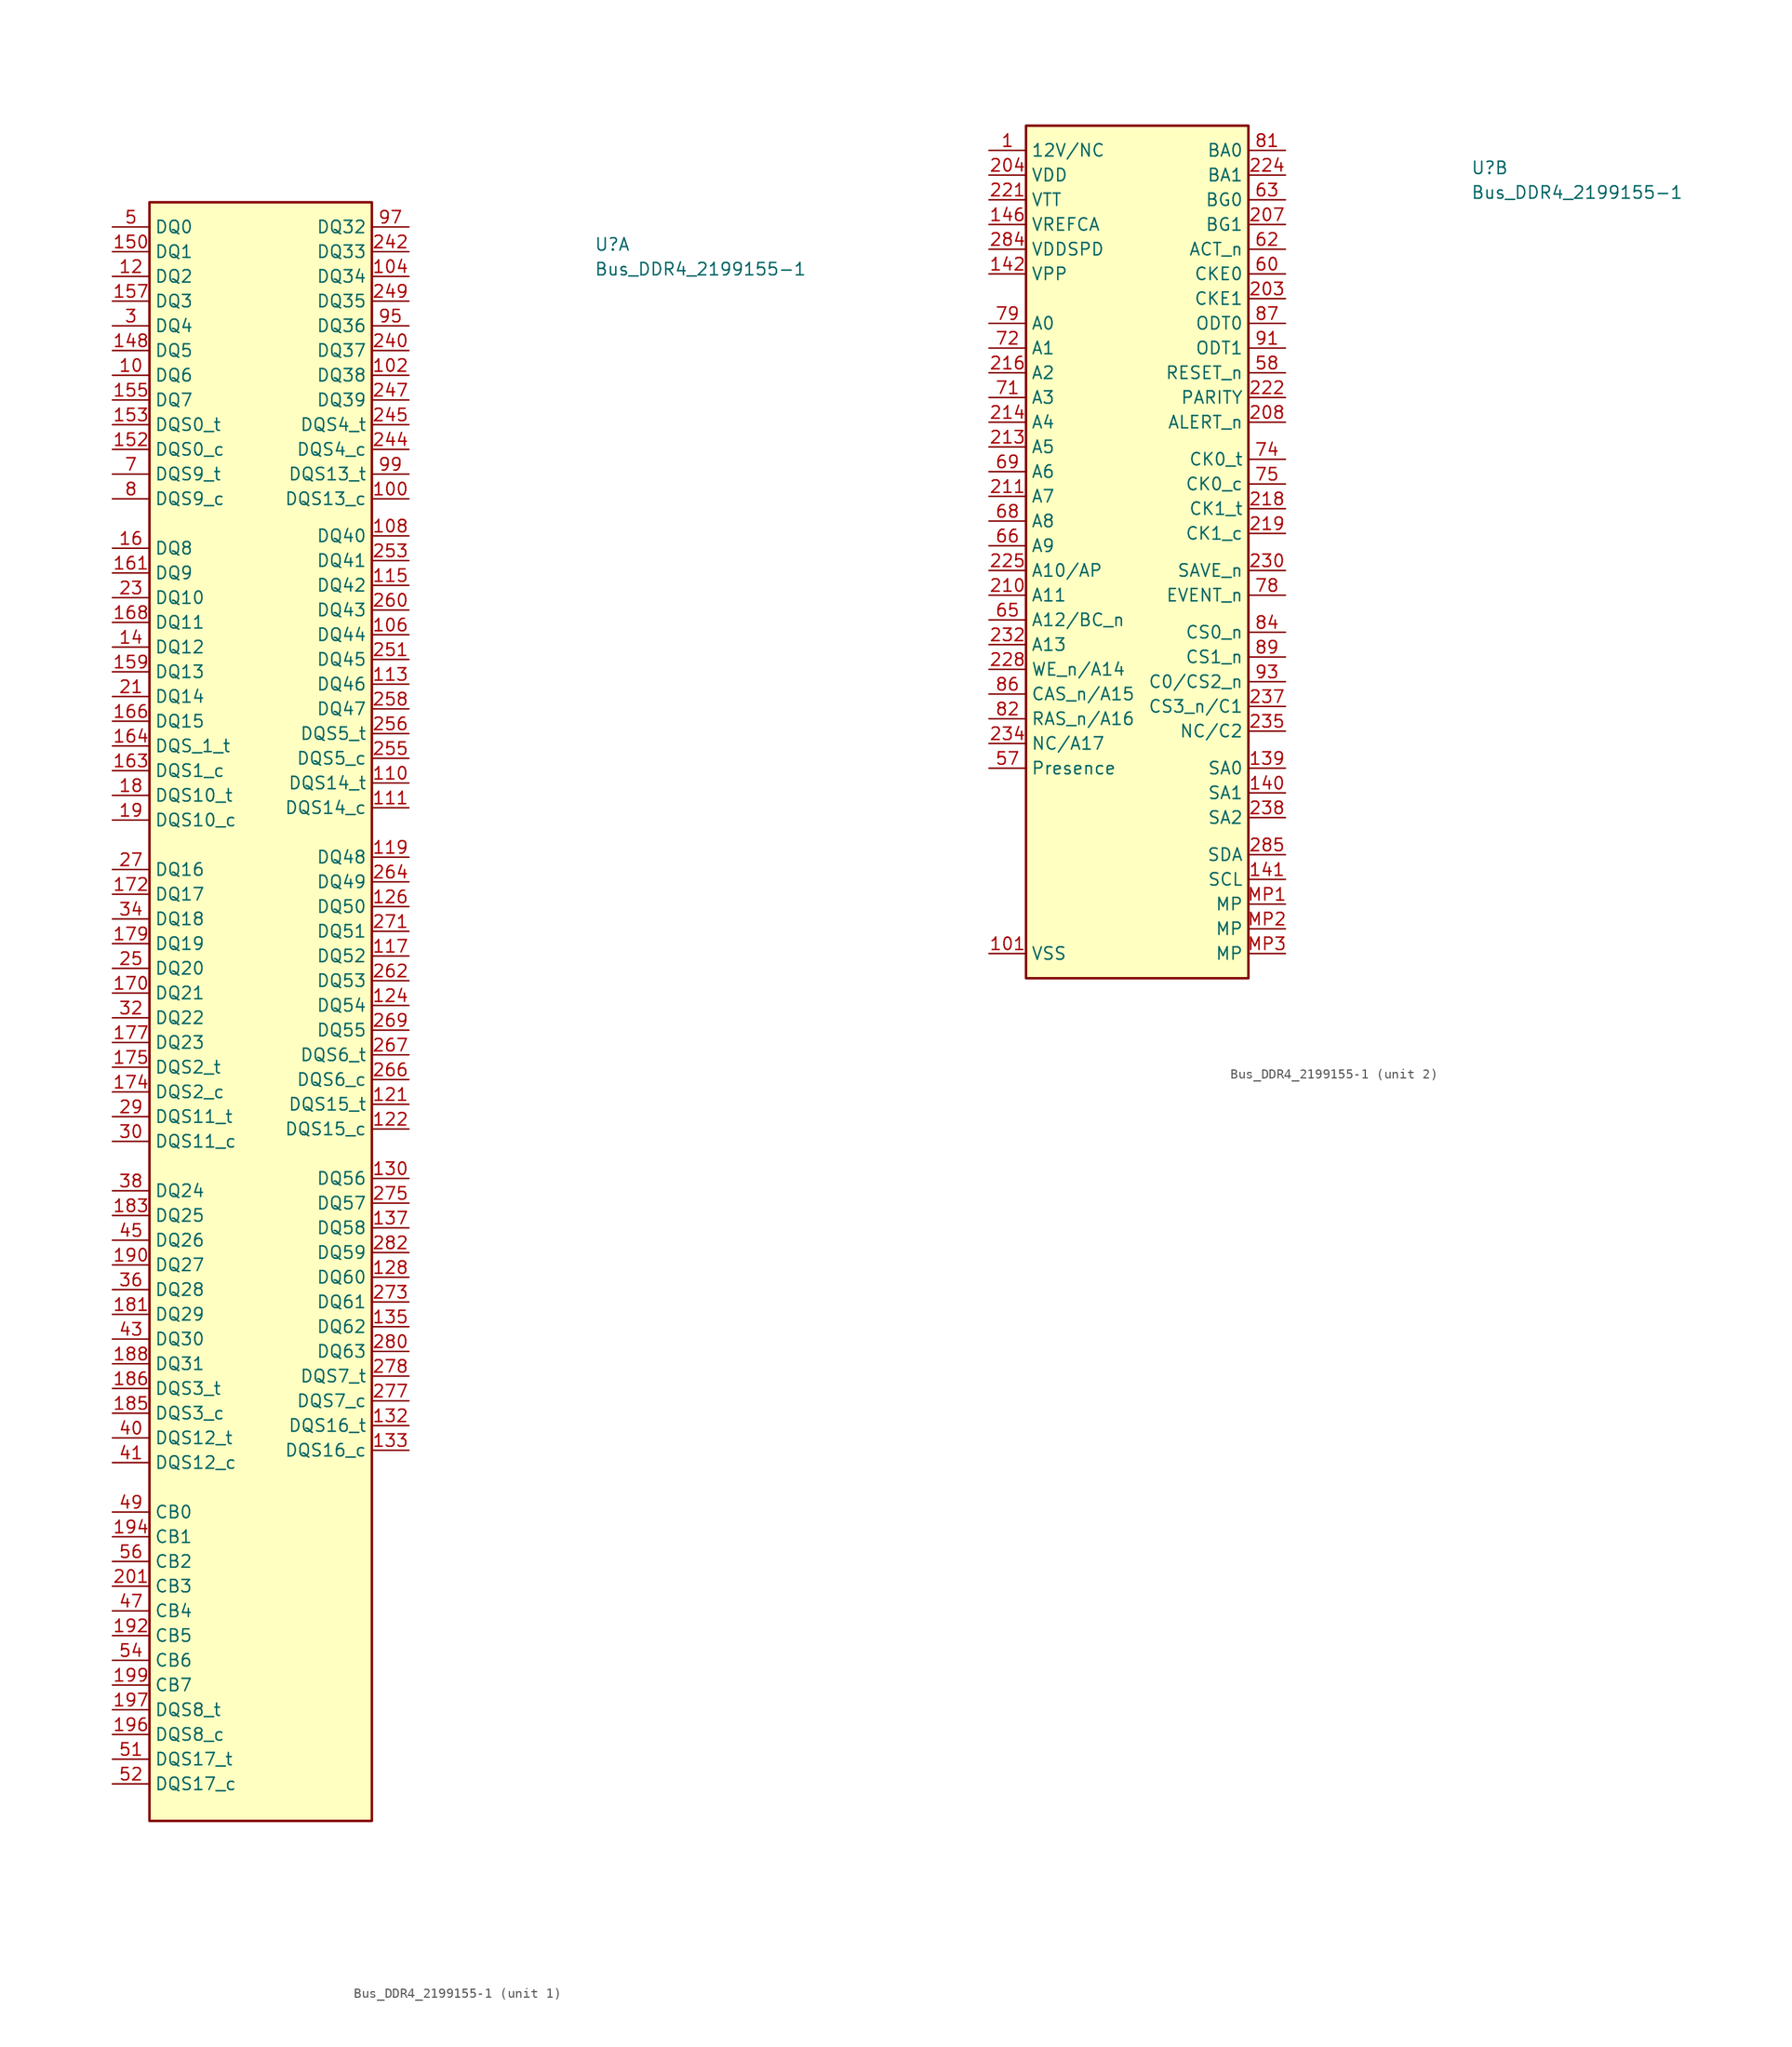
<source format=kicad_sym>
(kicad_symbol_lib
  (version 20211014)
  (generator kicad_symbol_editor)
  (symbol "Bus_DDR4_2199155-1"
    (property "Reference" "U"
      (at 49.53 -2.54 0)
      (effects (font (size 1.27 1.27) (thickness 0.15)) (justify left bottom)))
    (property "Value" "Bus_DDR4_2199155-1"
      (at 49.53 -5.08 0)
      (effects (font (size 1.27 1.27) (thickness 0.15)) (justify left bottom)))
    (property "ki_locked" ""
      (at 0 0 0)
      (effects (font (size 1.27 1.27))))
    (symbol "Bus_DDR4_2199155-1_1_1"
      (rectangle (start 3.81 2.54) (end 26.67 -163.83) (stroke (width 0.254) (type default) (color 0 0 0 0)) (fill (type background)))
      (pin passive line (at 0 -15.24 0) (length 3.81) (name "DQ6" (effects (font (size 1.27 1.27)))) (number "10" (effects (font (size 1.27 1.27)))))
      (pin passive line (at 30.48 -27.94 180) (length 3.81) (name "DQS13_c" (effects (font (size 1.27 1.27)))) (number "100" (effects (font (size 1.27 1.27)))))
      (pin passive line (at 30.48 -15.24 180) (length 3.81) (name "DQ38" (effects (font (size 1.27 1.27)))) (number "102" (effects (font (size 1.27 1.27)))))
      (pin passive line (at 30.48 -5.08 180) (length 3.81) (name "DQ34" (effects (font (size 1.27 1.27)))) (number "104" (effects (font (size 1.27 1.27)))))
      (pin passive line (at 30.48 -41.91 180) (length 3.81) (name "DQ44" (effects (font (size 1.27 1.27)))) (number "106" (effects (font (size 1.27 1.27)))))
      (pin passive line (at 30.48 -31.75 180) (length 3.81) (name "DQ40" (effects (font (size 1.27 1.27)))) (number "108" (effects (font (size 1.27 1.27)))))
      (pin passive line (at 30.48 -57.15 180) (length 3.81) (name "DQS14_t" (effects (font (size 1.27 1.27)))) (number "110" (effects (font (size 1.27 1.27)))))
      (pin passive line (at 30.48 -59.69 180) (length 3.81) (name "DQS14_c" (effects (font (size 1.27 1.27)))) (number "111" (effects (font (size 1.27 1.27)))))
      (pin passive line (at 30.48 -46.99 180) (length 3.81) (name "DQ46" (effects (font (size 1.27 1.27)))) (number "113" (effects (font (size 1.27 1.27)))))
      (pin passive line (at 30.48 -36.83 180) (length 3.81) (name "DQ42" (effects (font (size 1.27 1.27)))) (number "115" (effects (font (size 1.27 1.27)))))
      (pin passive line (at 30.48 -74.93 180) (length 3.81) (name "DQ52" (effects (font (size 1.27 1.27)))) (number "117" (effects (font (size 1.27 1.27)))))
      (pin passive line (at 30.48 -64.77 180) (length 3.81) (name "DQ48" (effects (font (size 1.27 1.27)))) (number "119" (effects (font (size 1.27 1.27)))))
      (pin passive line (at 0 -5.08 0) (length 3.81) (name "DQ2" (effects (font (size 1.27 1.27)))) (number "12" (effects (font (size 1.27 1.27)))))
      (pin passive line (at 30.48 -90.17 180) (length 3.81) (name "DQS15_t" (effects (font (size 1.27 1.27)))) (number "121" (effects (font (size 1.27 1.27)))))
      (pin passive line (at 30.48 -92.71 180) (length 3.81) (name "DQS15_c" (effects (font (size 1.27 1.27)))) (number "122" (effects (font (size 1.27 1.27)))))
      (pin passive line (at 30.48 -80.01 180) (length 3.81) (name "DQ54" (effects (font (size 1.27 1.27)))) (number "124" (effects (font (size 1.27 1.27)))))
      (pin passive line (at 30.48 -69.85 180) (length 3.81) (name "DQ50" (effects (font (size 1.27 1.27)))) (number "126" (effects (font (size 1.27 1.27)))))
      (pin passive line (at 30.48 -107.95 180) (length 3.81) (name "DQ60" (effects (font (size 1.27 1.27)))) (number "128" (effects (font (size 1.27 1.27)))))
      (pin passive line (at 30.48 -97.79 180) (length 3.81) (name "DQ56" (effects (font (size 1.27 1.27)))) (number "130" (effects (font (size 1.27 1.27)))))
      (pin passive line (at 30.48 -123.19 180) (length 3.81) (name "DQS16_t" (effects (font (size 1.27 1.27)))) (number "132" (effects (font (size 1.27 1.27)))))
      (pin passive line (at 30.48 -125.73 180) (length 3.81) (name "DQS16_c" (effects (font (size 1.27 1.27)))) (number "133" (effects (font (size 1.27 1.27)))))
      (pin passive line (at 30.48 -113.03 180) (length 3.81) (name "DQ62" (effects (font (size 1.27 1.27)))) (number "135" (effects (font (size 1.27 1.27)))))
      (pin passive line (at 30.48 -102.87 180) (length 3.81) (name "DQ58" (effects (font (size 1.27 1.27)))) (number "137" (effects (font (size 1.27 1.27)))))
      (pin passive line (at 0 -43.18 0) (length 3.81) (name "DQ12" (effects (font (size 1.27 1.27)))) (number "14" (effects (font (size 1.27 1.27)))))
      (pin passive line (at 0 -12.7 0) (length 3.81) (name "DQ5" (effects (font (size 1.27 1.27)))) (number "148" (effects (font (size 1.27 1.27)))))
      (pin passive line (at 0 -2.54 0) (length 3.81) (name "DQ1" (effects (font (size 1.27 1.27)))) (number "150" (effects (font (size 1.27 1.27)))))
      (pin passive line (at 0 -22.86 0) (length 3.81) (name "DQS0_c" (effects (font (size 1.27 1.27)))) (number "152" (effects (font (size 1.27 1.27)))))
      (pin passive line (at 0 -20.32 0) (length 3.81) (name "DQS0_t" (effects (font (size 1.27 1.27)))) (number "153" (effects (font (size 1.27 1.27)))))
      (pin passive line (at 0 -17.78 0) (length 3.81) (name "DQ7" (effects (font (size 1.27 1.27)))) (number "155" (effects (font (size 1.27 1.27)))))
      (pin passive line (at 0 -7.62 0) (length 3.81) (name "DQ3" (effects (font (size 1.27 1.27)))) (number "157" (effects (font (size 1.27 1.27)))))
      (pin passive line (at 0 -45.72 0) (length 3.81) (name "DQ13" (effects (font (size 1.27 1.27)))) (number "159" (effects (font (size 1.27 1.27)))))
      (pin passive line (at 0 -33.02 0) (length 3.81) (name "DQ8" (effects (font (size 1.27 1.27)))) (number "16" (effects (font (size 1.27 1.27)))))
      (pin passive line (at 0 -35.56 0) (length 3.81) (name "DQ9" (effects (font (size 1.27 1.27)))) (number "161" (effects (font (size 1.27 1.27)))))
      (pin passive line (at 0 -55.88 0) (length 3.81) (name "DQS1_c" (effects (font (size 1.27 1.27)))) (number "163" (effects (font (size 1.27 1.27)))))
      (pin passive line (at 0 -53.34 0) (length 3.81) (name "DQS_1_t" (effects (font (size 1.27 1.27)))) (number "164" (effects (font (size 1.27 1.27)))))
      (pin passive line (at 0 -50.8 0) (length 3.81) (name "DQ15" (effects (font (size 1.27 1.27)))) (number "166" (effects (font (size 1.27 1.27)))))
      (pin passive line (at 0 -40.64 0) (length 3.81) (name "DQ11" (effects (font (size 1.27 1.27)))) (number "168" (effects (font (size 1.27 1.27)))))
      (pin passive line (at 0 -78.74 0) (length 3.81) (name "DQ21" (effects (font (size 1.27 1.27)))) (number "170" (effects (font (size 1.27 1.27)))))
      (pin passive line (at 0 -68.58 0) (length 3.81) (name "DQ17" (effects (font (size 1.27 1.27)))) (number "172" (effects (font (size 1.27 1.27)))))
      (pin passive line (at 0 -88.9 0) (length 3.81) (name "DQS2_c" (effects (font (size 1.27 1.27)))) (number "174" (effects (font (size 1.27 1.27)))))
      (pin passive line (at 0 -86.36 0) (length 3.81) (name "DQS2_t" (effects (font (size 1.27 1.27)))) (number "175" (effects (font (size 1.27 1.27)))))
      (pin passive line (at 0 -83.82 0) (length 3.81) (name "DQ23" (effects (font (size 1.27 1.27)))) (number "177" (effects (font (size 1.27 1.27)))))
      (pin passive line (at 0 -73.66 0) (length 3.81) (name "DQ19" (effects (font (size 1.27 1.27)))) (number "179" (effects (font (size 1.27 1.27)))))
      (pin passive line (at 0 -58.42 0) (length 3.81) (name "DQS10_t" (effects (font (size 1.27 1.27)))) (number "18" (effects (font (size 1.27 1.27)))))
      (pin passive line (at 0 -111.76 0) (length 3.81) (name "DQ29" (effects (font (size 1.27 1.27)))) (number "181" (effects (font (size 1.27 1.27)))))
      (pin passive line (at 0 -101.6 0) (length 3.81) (name "DQ25" (effects (font (size 1.27 1.27)))) (number "183" (effects (font (size 1.27 1.27)))))
      (pin passive line (at 0 -121.92 0) (length 3.81) (name "DQS3_c" (effects (font (size 1.27 1.27)))) (number "185" (effects (font (size 1.27 1.27)))))
      (pin passive line (at 0 -119.38 0) (length 3.81) (name "DQS3_t" (effects (font (size 1.27 1.27)))) (number "186" (effects (font (size 1.27 1.27)))))
      (pin passive line (at 0 -116.84 0) (length 3.81) (name "DQ31" (effects (font (size 1.27 1.27)))) (number "188" (effects (font (size 1.27 1.27)))))
      (pin passive line (at 0 -60.96 0) (length 3.81) (name "DQS10_c" (effects (font (size 1.27 1.27)))) (number "19" (effects (font (size 1.27 1.27)))))
      (pin passive line (at 0 -106.68 0) (length 3.81) (name "DQ27" (effects (font (size 1.27 1.27)))) (number "190" (effects (font (size 1.27 1.27)))))
      (pin passive line (at 0 -144.78 0) (length 3.81) (name "CB5" (effects (font (size 1.27 1.27)))) (number "192" (effects (font (size 1.27 1.27)))))
      (pin passive line (at 0 -134.62 0) (length 3.81) (name "CB1" (effects (font (size 1.27 1.27)))) (number "194" (effects (font (size 1.27 1.27)))))
      (pin passive line (at 0 -154.94 0) (length 3.81) (name "DQS8_c" (effects (font (size 1.27 1.27)))) (number "196" (effects (font (size 1.27 1.27)))))
      (pin passive line (at 0 -152.4 0) (length 3.81) (name "DQS8_t" (effects (font (size 1.27 1.27)))) (number "197" (effects (font (size 1.27 1.27)))))
      (pin passive line (at 0 -149.86 0) (length 3.81) (name "CB7" (effects (font (size 1.27 1.27)))) (number "199" (effects (font (size 1.27 1.27)))))
      (pin passive line (at 0 -139.7 0) (length 3.81) (name "CB3" (effects (font (size 1.27 1.27)))) (number "201" (effects (font (size 1.27 1.27)))))
      (pin passive line (at 0 -48.26 0) (length 3.81) (name "DQ14" (effects (font (size 1.27 1.27)))) (number "21" (effects (font (size 1.27 1.27)))))
      (pin passive line (at 0 -38.1 0) (length 3.81) (name "DQ10" (effects (font (size 1.27 1.27)))) (number "23" (effects (font (size 1.27 1.27)))))
      (pin passive line (at 30.48 -12.7 180) (length 3.81) (name "DQ37" (effects (font (size 1.27 1.27)))) (number "240" (effects (font (size 1.27 1.27)))))
      (pin passive line (at 30.48 -2.54 180) (length 3.81) (name "DQ33" (effects (font (size 1.27 1.27)))) (number "242" (effects (font (size 1.27 1.27)))))
      (pin passive line (at 30.48 -22.86 180) (length 3.81) (name "DQS4_c" (effects (font (size 1.27 1.27)))) (number "244" (effects (font (size 1.27 1.27)))))
      (pin passive line (at 30.48 -20.32 180) (length 3.81) (name "DQS4_t" (effects (font (size 1.27 1.27)))) (number "245" (effects (font (size 1.27 1.27)))))
      (pin passive line (at 30.48 -17.78 180) (length 3.81) (name "DQ39" (effects (font (size 1.27 1.27)))) (number "247" (effects (font (size 1.27 1.27)))))
      (pin passive line (at 30.48 -7.62 180) (length 3.81) (name "DQ35" (effects (font (size 1.27 1.27)))) (number "249" (effects (font (size 1.27 1.27)))))
      (pin passive line (at 0 -76.2 0) (length 3.81) (name "DQ20" (effects (font (size 1.27 1.27)))) (number "25" (effects (font (size 1.27 1.27)))))
      (pin passive line (at 30.48 -44.45 180) (length 3.81) (name "DQ45" (effects (font (size 1.27 1.27)))) (number "251" (effects (font (size 1.27 1.27)))))
      (pin passive line (at 30.48 -34.29 180) (length 3.81) (name "DQ41" (effects (font (size 1.27 1.27)))) (number "253" (effects (font (size 1.27 1.27)))))
      (pin passive line (at 30.48 -54.61 180) (length 3.81) (name "DQS5_c" (effects (font (size 1.27 1.27)))) (number "255" (effects (font (size 1.27 1.27)))))
      (pin passive line (at 30.48 -52.07 180) (length 3.81) (name "DQS5_t" (effects (font (size 1.27 1.27)))) (number "256" (effects (font (size 1.27 1.27)))))
      (pin passive line (at 30.48 -49.53 180) (length 3.81) (name "DQ47" (effects (font (size 1.27 1.27)))) (number "258" (effects (font (size 1.27 1.27)))))
      (pin passive line (at 30.48 -39.37 180) (length 3.81) (name "DQ43" (effects (font (size 1.27 1.27)))) (number "260" (effects (font (size 1.27 1.27)))))
      (pin passive line (at 30.48 -77.47 180) (length 3.81) (name "DQ53" (effects (font (size 1.27 1.27)))) (number "262" (effects (font (size 1.27 1.27)))))
      (pin passive line (at 30.48 -67.31 180) (length 3.81) (name "DQ49" (effects (font (size 1.27 1.27)))) (number "264" (effects (font (size 1.27 1.27)))))
      (pin passive line (at 30.48 -87.63 180) (length 3.81) (name "DQS6_c" (effects (font (size 1.27 1.27)))) (number "266" (effects (font (size 1.27 1.27)))))
      (pin passive line (at 30.48 -85.09 180) (length 3.81) (name "DQS6_t" (effects (font (size 1.27 1.27)))) (number "267" (effects (font (size 1.27 1.27)))))
      (pin passive line (at 30.48 -82.55 180) (length 3.81) (name "DQ55" (effects (font (size 1.27 1.27)))) (number "269" (effects (font (size 1.27 1.27)))))
      (pin passive line (at 0 -66.04 0) (length 3.81) (name "DQ16" (effects (font (size 1.27 1.27)))) (number "27" (effects (font (size 1.27 1.27)))))
      (pin passive line (at 30.48 -72.39 180) (length 3.81) (name "DQ51" (effects (font (size 1.27 1.27)))) (number "271" (effects (font (size 1.27 1.27)))))
      (pin passive line (at 30.48 -110.49 180) (length 3.81) (name "DQ61" (effects (font (size 1.27 1.27)))) (number "273" (effects (font (size 1.27 1.27)))))
      (pin passive line (at 30.48 -100.33 180) (length 3.81) (name "DQ57" (effects (font (size 1.27 1.27)))) (number "275" (effects (font (size 1.27 1.27)))))
      (pin passive line (at 30.48 -120.65 180) (length 3.81) (name "DQS7_c" (effects (font (size 1.27 1.27)))) (number "277" (effects (font (size 1.27 1.27)))))
      (pin passive line (at 30.48 -118.11 180) (length 3.81) (name "DQS7_t" (effects (font (size 1.27 1.27)))) (number "278" (effects (font (size 1.27 1.27)))))
      (pin passive line (at 30.48 -115.57 180) (length 3.81) (name "DQ63" (effects (font (size 1.27 1.27)))) (number "280" (effects (font (size 1.27 1.27)))))
      (pin passive line (at 30.48 -105.41 180) (length 3.81) (name "DQ59" (effects (font (size 1.27 1.27)))) (number "282" (effects (font (size 1.27 1.27)))))
      (pin passive line (at 0 -91.44 0) (length 3.81) (name "DQS11_t" (effects (font (size 1.27 1.27)))) (number "29" (effects (font (size 1.27 1.27)))))
      (pin passive line (at 0 -10.16 0) (length 3.81) (name "DQ4" (effects (font (size 1.27 1.27)))) (number "3" (effects (font (size 1.27 1.27)))))
      (pin passive line (at 0 -93.98 0) (length 3.81) (name "DQS11_c" (effects (font (size 1.27 1.27)))) (number "30" (effects (font (size 1.27 1.27)))))
      (pin passive line (at 0 -81.28 0) (length 3.81) (name "DQ22" (effects (font (size 1.27 1.27)))) (number "32" (effects (font (size 1.27 1.27)))))
      (pin passive line (at 0 -71.12 0) (length 3.81) (name "DQ18" (effects (font (size 1.27 1.27)))) (number "34" (effects (font (size 1.27 1.27)))))
      (pin passive line (at 0 -109.22 0) (length 3.81) (name "DQ28" (effects (font (size 1.27 1.27)))) (number "36" (effects (font (size 1.27 1.27)))))
      (pin passive line (at 0 -99.06 0) (length 3.81) (name "DQ24" (effects (font (size 1.27 1.27)))) (number "38" (effects (font (size 1.27 1.27)))))
      (pin passive line (at 0 -124.46 0) (length 3.81) (name "DQS12_t" (effects (font (size 1.27 1.27)))) (number "40" (effects (font (size 1.27 1.27)))))
      (pin passive line (at 0 -127 0) (length 3.81) (name "DQS12_c" (effects (font (size 1.27 1.27)))) (number "41" (effects (font (size 1.27 1.27)))))
      (pin passive line (at 0 -114.3 0) (length 3.81) (name "DQ30" (effects (font (size 1.27 1.27)))) (number "43" (effects (font (size 1.27 1.27)))))
      (pin passive line (at 0 -104.14 0) (length 3.81) (name "DQ26" (effects (font (size 1.27 1.27)))) (number "45" (effects (font (size 1.27 1.27)))))
      (pin passive line (at 0 -142.24 0) (length 3.81) (name "CB4" (effects (font (size 1.27 1.27)))) (number "47" (effects (font (size 1.27 1.27)))))
      (pin passive line (at 0 -132.08 0) (length 3.81) (name "CB0" (effects (font (size 1.27 1.27)))) (number "49" (effects (font (size 1.27 1.27)))))
      (pin passive line (at 0 0 0) (length 3.81) (name "DQ0" (effects (font (size 1.27 1.27)))) (number "5" (effects (font (size 1.27 1.27)))))
      (pin passive line (at 0 -157.48 0) (length 3.81) (name "DQS17_t" (effects (font (size 1.27 1.27)))) (number "51" (effects (font (size 1.27 1.27)))))
      (pin passive line (at 0 -160.02 0) (length 3.81) (name "DQS17_c" (effects (font (size 1.27 1.27)))) (number "52" (effects (font (size 1.27 1.27)))))
      (pin passive line (at 0 -147.32 0) (length 3.81) (name "CB6" (effects (font (size 1.27 1.27)))) (number "54" (effects (font (size 1.27 1.27)))))
      (pin passive line (at 0 -137.16 0) (length 3.81) (name "CB2" (effects (font (size 1.27 1.27)))) (number "56" (effects (font (size 1.27 1.27)))))
      (pin passive line (at 0 -25.4 0) (length 3.81) (name "DQS9_t" (effects (font (size 1.27 1.27)))) (number "7" (effects (font (size 1.27 1.27)))))
      (pin passive line (at 0 -27.94 0) (length 3.81) (name "DQS9_c" (effects (font (size 1.27 1.27)))) (number "8" (effects (font (size 1.27 1.27)))))
      (pin passive line (at 30.48 -10.16 180) (length 3.81) (name "DQ36" (effects (font (size 1.27 1.27)))) (number "95" (effects (font (size 1.27 1.27)))))
      (pin passive line (at 30.48 0 180) (length 3.81) (name "DQ32" (effects (font (size 1.27 1.27)))) (number "97" (effects (font (size 1.27 1.27)))))
      (pin passive line (at 30.48 -25.4 180) (length 3.81) (name "DQS13_t" (effects (font (size 1.27 1.27)))) (number "99" (effects (font (size 1.27 1.27))))))
    (symbol "Bus_DDR4_2199155-1_2_1"
      (rectangle (start 3.81 2.54) (end 26.67 -85.09) (stroke (width 0.254) (type default) (color 0 0 0 0)) (fill (type background)))
      (pin passive line (at 0 0 0) (length 3.81) (name "12V/NC" (effects (font (size 1.27 1.27)))) (number "1" (effects (font (size 1.27 1.27)))))
      (pin passive line (at 0 -82.55 0) (length 3.81) (name "VSS" (effects (font (size 1.27 1.27)))) (number "101" (effects (font (size 1.27 1.27)))))
      (pin passive line (at 0 -82.55 0) (length 3.81) hide (name "VSS" (effects (font (size 1.27 1.27)))) (number "103" (effects (font (size 1.27 1.27)))))
      (pin passive line (at 0 -82.55 0) (length 3.81) hide (name "VSS" (effects (font (size 1.27 1.27)))) (number "105" (effects (font (size 1.27 1.27)))))
      (pin passive line (at 0 -82.55 0) (length 3.81) hide (name "VSS" (effects (font (size 1.27 1.27)))) (number "107" (effects (font (size 1.27 1.27)))))
      (pin passive line (at 0 -82.55 0) (length 3.81) hide (name "VSS" (effects (font (size 1.27 1.27)))) (number "109" (effects (font (size 1.27 1.27)))))
      (pin passive line (at 0 -82.55 0) (length 3.81) hide (name "VSS" (effects (font (size 1.27 1.27)))) (number "11" (effects (font (size 1.27 1.27)))))
      (pin passive line (at 0 -82.55 0) (length 3.81) hide (name "VSS" (effects (font (size 1.27 1.27)))) (number "112" (effects (font (size 1.27 1.27)))))
      (pin passive line (at 0 -82.55 0) (length 3.81) hide (name "VSS" (effects (font (size 1.27 1.27)))) (number "114" (effects (font (size 1.27 1.27)))))
      (pin passive line (at 0 -82.55 0) (length 3.81) hide (name "VSS" (effects (font (size 1.27 1.27)))) (number "116" (effects (font (size 1.27 1.27)))))
      (pin passive line (at 0 -82.55 0) (length 3.81) hide (name "VSS" (effects (font (size 1.27 1.27)))) (number "118" (effects (font (size 1.27 1.27)))))
      (pin passive line (at 0 -82.55 0) (length 3.81) hide (name "VSS" (effects (font (size 1.27 1.27)))) (number "120" (effects (font (size 1.27 1.27)))))
      (pin passive line (at 0 -82.55 0) (length 3.81) hide (name "VSS" (effects (font (size 1.27 1.27)))) (number "123" (effects (font (size 1.27 1.27)))))
      (pin passive line (at 0 -82.55 0) (length 3.81) hide (name "VSS" (effects (font (size 1.27 1.27)))) (number "125" (effects (font (size 1.27 1.27)))))
      (pin passive line (at 0 -82.55 0) (length 3.81) hide (name "VSS" (effects (font (size 1.27 1.27)))) (number "127" (effects (font (size 1.27 1.27)))))
      (pin passive line (at 0 -82.55 0) (length 3.81) hide (name "VSS" (effects (font (size 1.27 1.27)))) (number "129" (effects (font (size 1.27 1.27)))))
      (pin passive line (at 0 -82.55 0) (length 3.81) hide (name "VSS" (effects (font (size 1.27 1.27)))) (number "13" (effects (font (size 1.27 1.27)))))
      (pin passive line (at 0 -82.55 0) (length 3.81) hide (name "VSS" (effects (font (size 1.27 1.27)))) (number "131" (effects (font (size 1.27 1.27)))))
      (pin passive line (at 0 -82.55 0) (length 3.81) hide (name "VSS" (effects (font (size 1.27 1.27)))) (number "134" (effects (font (size 1.27 1.27)))))
      (pin passive line (at 0 -82.55 0) (length 3.81) hide (name "VSS" (effects (font (size 1.27 1.27)))) (number "136" (effects (font (size 1.27 1.27)))))
      (pin passive line (at 0 -82.55 0) (length 3.81) hide (name "VSS" (effects (font (size 1.27 1.27)))) (number "138" (effects (font (size 1.27 1.27)))))
      (pin passive line (at 30.48 -63.5 180) (length 3.81) (name "SA0" (effects (font (size 1.27 1.27)))) (number "139" (effects (font (size 1.27 1.27)))))
      (pin passive line (at 30.48 -66.04 180) (length 3.81) (name "SA1" (effects (font (size 1.27 1.27)))) (number "140" (effects (font (size 1.27 1.27)))))
      (pin passive line (at 30.48 -74.93 180) (length 3.81) (name "SCL" (effects (font (size 1.27 1.27)))) (number "141" (effects (font (size 1.27 1.27)))))
      (pin passive line (at 0 -12.7 0) (length 3.81) (name "VPP" (effects (font (size 1.27 1.27)))) (number "142" (effects (font (size 1.27 1.27)))))
      (pin passive line (at 0 -12.7 0) (length 3.81) hide (name "VPP" (effects (font (size 1.27 1.27)))) (number "143" (effects (font (size 1.27 1.27)))))
      (pin no_connect line (at 3.81 -67.31 0) (length 3.81) hide (name "RFU" (effects (font (size 1.27 1.27)))) (number "144" (effects (font (size 1.27 1.27)))))
      (pin passive line (at 0 0 0) (length 3.81) hide (name "12V/NC" (effects (font (size 1.27 1.27)))) (number "145" (effects (font (size 1.27 1.27)))))
      (pin passive line (at 0 -7.62 0) (length 3.81) (name "VREFCA" (effects (font (size 1.27 1.27)))) (number "146" (effects (font (size 1.27 1.27)))))
      (pin passive line (at 0 -82.55 0) (length 3.81) hide (name "VSS" (effects (font (size 1.27 1.27)))) (number "147" (effects (font (size 1.27 1.27)))))
      (pin passive line (at 0 -82.55 0) (length 3.81) hide (name "VSS" (effects (font (size 1.27 1.27)))) (number "149" (effects (font (size 1.27 1.27)))))
      (pin passive line (at 0 -82.55 0) (length 3.81) hide (name "VSS" (effects (font (size 1.27 1.27)))) (number "15" (effects (font (size 1.27 1.27)))))
      (pin passive line (at 0 -82.55 0) (length 3.81) hide (name "VSS" (effects (font (size 1.27 1.27)))) (number "151" (effects (font (size 1.27 1.27)))))
      (pin passive line (at 0 -82.55 0) (length 3.81) hide (name "VSS" (effects (font (size 1.27 1.27)))) (number "154" (effects (font (size 1.27 1.27)))))
      (pin passive line (at 0 -82.55 0) (length 3.81) hide (name "VSS" (effects (font (size 1.27 1.27)))) (number "156" (effects (font (size 1.27 1.27)))))
      (pin passive line (at 0 -82.55 0) (length 3.81) hide (name "VSS" (effects (font (size 1.27 1.27)))) (number "158" (effects (font (size 1.27 1.27)))))
      (pin passive line (at 0 -82.55 0) (length 3.81) hide (name "VSS" (effects (font (size 1.27 1.27)))) (number "160" (effects (font (size 1.27 1.27)))))
      (pin passive line (at 0 -82.55 0) (length 3.81) hide (name "VSS" (effects (font (size 1.27 1.27)))) (number "162" (effects (font (size 1.27 1.27)))))
      (pin passive line (at 0 -82.55 0) (length 3.81) hide (name "VSS" (effects (font (size 1.27 1.27)))) (number "165" (effects (font (size 1.27 1.27)))))
      (pin passive line (at 0 -82.55 0) (length 3.81) hide (name "VSS" (effects (font (size 1.27 1.27)))) (number "167" (effects (font (size 1.27 1.27)))))
      (pin passive line (at 0 -82.55 0) (length 3.81) hide (name "VSS" (effects (font (size 1.27 1.27)))) (number "169" (effects (font (size 1.27 1.27)))))
      (pin passive line (at 0 -82.55 0) (length 3.81) hide (name "VSS" (effects (font (size 1.27 1.27)))) (number "17" (effects (font (size 1.27 1.27)))))
      (pin passive line (at 0 -82.55 0) (length 3.81) hide (name "VSS" (effects (font (size 1.27 1.27)))) (number "171" (effects (font (size 1.27 1.27)))))
      (pin passive line (at 0 -82.55 0) (length 3.81) hide (name "VSS" (effects (font (size 1.27 1.27)))) (number "173" (effects (font (size 1.27 1.27)))))
      (pin passive line (at 0 -82.55 0) (length 3.81) hide (name "VSS" (effects (font (size 1.27 1.27)))) (number "176" (effects (font (size 1.27 1.27)))))
      (pin passive line (at 0 -82.55 0) (length 3.81) hide (name "VSS" (effects (font (size 1.27 1.27)))) (number "178" (effects (font (size 1.27 1.27)))))
      (pin passive line (at 0 -82.55 0) (length 3.81) hide (name "VSS" (effects (font (size 1.27 1.27)))) (number "180" (effects (font (size 1.27 1.27)))))
      (pin passive line (at 0 -82.55 0) (length 3.81) hide (name "VSS" (effects (font (size 1.27 1.27)))) (number "182" (effects (font (size 1.27 1.27)))))
      (pin passive line (at 0 -82.55 0) (length 3.81) hide (name "VSS" (effects (font (size 1.27 1.27)))) (number "184" (effects (font (size 1.27 1.27)))))
      (pin passive line (at 0 -82.55 0) (length 3.81) hide (name "VSS" (effects (font (size 1.27 1.27)))) (number "187" (effects (font (size 1.27 1.27)))))
      (pin passive line (at 0 -82.55 0) (length 3.81) hide (name "VSS" (effects (font (size 1.27 1.27)))) (number "189" (effects (font (size 1.27 1.27)))))
      (pin passive line (at 0 -82.55 0) (length 3.81) hide (name "VSS" (effects (font (size 1.27 1.27)))) (number "191" (effects (font (size 1.27 1.27)))))
      (pin passive line (at 0 -82.55 0) (length 3.81) hide (name "VSS" (effects (font (size 1.27 1.27)))) (number "193" (effects (font (size 1.27 1.27)))))
      (pin passive line (at 0 -82.55 0) (length 3.81) hide (name "VSS" (effects (font (size 1.27 1.27)))) (number "195" (effects (font (size 1.27 1.27)))))
      (pin passive line (at 0 -82.55 0) (length 3.81) hide (name "VSS" (effects (font (size 1.27 1.27)))) (number "198" (effects (font (size 1.27 1.27)))))
      (pin passive line (at 0 -82.55 0) (length 3.81) hide (name "VSS" (effects (font (size 1.27 1.27)))) (number "2" (effects (font (size 1.27 1.27)))))
      (pin passive line (at 0 -82.55 0) (length 3.81) hide (name "VSS" (effects (font (size 1.27 1.27)))) (number "20" (effects (font (size 1.27 1.27)))))
      (pin passive line (at 0 -82.55 0) (length 3.81) hide (name "VSS" (effects (font (size 1.27 1.27)))) (number "200" (effects (font (size 1.27 1.27)))))
      (pin passive line (at 0 -82.55 0) (length 3.81) hide (name "VSS" (effects (font (size 1.27 1.27)))) (number "202" (effects (font (size 1.27 1.27)))))
      (pin passive line (at 30.48 -15.24 180) (length 3.81) (name "CKE1" (effects (font (size 1.27 1.27)))) (number "203" (effects (font (size 1.27 1.27)))))
      (pin passive line (at 0 -2.54 0) (length 3.81) (name "VDD" (effects (font (size 1.27 1.27)))) (number "204" (effects (font (size 1.27 1.27)))))
      (pin no_connect line (at 3.81 -69.85 0) (length 3.81) hide (name "RFU" (effects (font (size 1.27 1.27)))) (number "205" (effects (font (size 1.27 1.27)))))
      (pin passive line (at 0 -2.54 0) (length 3.81) hide (name "VDD" (effects (font (size 1.27 1.27)))) (number "206" (effects (font (size 1.27 1.27)))))
      (pin passive line (at 30.48 -7.62 180) (length 3.81) (name "BG1" (effects (font (size 1.27 1.27)))) (number "207" (effects (font (size 1.27 1.27)))))
      (pin passive line (at 30.48 -27.94 180) (length 3.81) (name "ALERT_n" (effects (font (size 1.27 1.27)))) (number "208" (effects (font (size 1.27 1.27)))))
      (pin passive line (at 0 -2.54 0) (length 3.81) hide (name "VDD" (effects (font (size 1.27 1.27)))) (number "209" (effects (font (size 1.27 1.27)))))
      (pin passive line (at 0 -45.72 0) (length 3.81) (name "A11" (effects (font (size 1.27 1.27)))) (number "210" (effects (font (size 1.27 1.27)))))
      (pin passive line (at 0 -35.56 0) (length 3.81) (name "A7" (effects (font (size 1.27 1.27)))) (number "211" (effects (font (size 1.27 1.27)))))
      (pin passive line (at 0 -2.54 0) (length 3.81) hide (name "VDD" (effects (font (size 1.27 1.27)))) (number "212" (effects (font (size 1.27 1.27)))))
      (pin passive line (at 0 -30.48 0) (length 3.81) (name "A5" (effects (font (size 1.27 1.27)))) (number "213" (effects (font (size 1.27 1.27)))))
      (pin passive line (at 0 -27.94 0) (length 3.81) (name "A4" (effects (font (size 1.27 1.27)))) (number "214" (effects (font (size 1.27 1.27)))))
      (pin passive line (at 0 -2.54 0) (length 3.81) hide (name "VDD" (effects (font (size 1.27 1.27)))) (number "215" (effects (font (size 1.27 1.27)))))
      (pin passive line (at 0 -22.86 0) (length 3.81) (name "A2" (effects (font (size 1.27 1.27)))) (number "216" (effects (font (size 1.27 1.27)))))
      (pin passive line (at 0 -2.54 0) (length 3.81) hide (name "VDD" (effects (font (size 1.27 1.27)))) (number "217" (effects (font (size 1.27 1.27)))))
      (pin passive line (at 30.48 -36.83 180) (length 3.81) (name "CK1_t" (effects (font (size 1.27 1.27)))) (number "218" (effects (font (size 1.27 1.27)))))
      (pin passive line (at 30.48 -39.37 180) (length 3.81) (name "CK1_c" (effects (font (size 1.27 1.27)))) (number "219" (effects (font (size 1.27 1.27)))))
      (pin passive line (at 0 -82.55 0) (length 3.81) hide (name "VSS" (effects (font (size 1.27 1.27)))) (number "22" (effects (font (size 1.27 1.27)))))
      (pin passive line (at 0 -2.54 0) (length 3.81) hide (name "VDD" (effects (font (size 1.27 1.27)))) (number "220" (effects (font (size 1.27 1.27)))))
      (pin passive line (at 0 -5.08 0) (length 3.81) (name "VTT" (effects (font (size 1.27 1.27)))) (number "221" (effects (font (size 1.27 1.27)))))
      (pin passive line (at 30.48 -25.4 180) (length 3.81) (name "PARITY" (effects (font (size 1.27 1.27)))) (number "222" (effects (font (size 1.27 1.27)))))
      (pin passive line (at 0 -2.54 0) (length 3.81) hide (name "VDD" (effects (font (size 1.27 1.27)))) (number "223" (effects (font (size 1.27 1.27)))))
      (pin passive line (at 30.48 -2.54 180) (length 3.81) (name "BA1" (effects (font (size 1.27 1.27)))) (number "224" (effects (font (size 1.27 1.27)))))
      (pin passive line (at 0 -43.18 0) (length 3.81) (name "A10/AP" (effects (font (size 1.27 1.27)))) (number "225" (effects (font (size 1.27 1.27)))))
      (pin passive line (at 0 -2.54 0) (length 3.81) hide (name "VDD" (effects (font (size 1.27 1.27)))) (number "226" (effects (font (size 1.27 1.27)))))
      (pin no_connect line (at 3.81 -72.39 0) (length 3.81) hide (name "RFU" (effects (font (size 1.27 1.27)))) (number "227" (effects (font (size 1.27 1.27)))))
      (pin passive line (at 0 -53.34 0) (length 3.81) (name "WE_n/A14" (effects (font (size 1.27 1.27)))) (number "228" (effects (font (size 1.27 1.27)))))
      (pin passive line (at 0 -2.54 0) (length 3.81) hide (name "VDD" (effects (font (size 1.27 1.27)))) (number "229" (effects (font (size 1.27 1.27)))))
      (pin passive line (at 30.48 -43.18 180) (length 3.81) (name "SAVE_n" (effects (font (size 1.27 1.27)))) (number "230" (effects (font (size 1.27 1.27)))))
      (pin passive line (at 0 -2.54 0) (length 3.81) hide (name "VDD" (effects (font (size 1.27 1.27)))) (number "231" (effects (font (size 1.27 1.27)))))
      (pin passive line (at 0 -50.8 0) (length 3.81) (name "A13" (effects (font (size 1.27 1.27)))) (number "232" (effects (font (size 1.27 1.27)))))
      (pin passive line (at 0 -2.54 0) (length 3.81) hide (name "VDD" (effects (font (size 1.27 1.27)))) (number "233" (effects (font (size 1.27 1.27)))))
      (pin passive line (at 0 -60.96 0) (length 3.81) (name "NC/A17" (effects (font (size 1.27 1.27)))) (number "234" (effects (font (size 1.27 1.27)))))
      (pin passive line (at 30.48 -59.69 180) (length 3.81) (name "NC/C2" (effects (font (size 1.27 1.27)))) (number "235" (effects (font (size 1.27 1.27)))))
      (pin passive line (at 0 -2.54 0) (length 3.81) hide (name "VDD" (effects (font (size 1.27 1.27)))) (number "236" (effects (font (size 1.27 1.27)))))
      (pin passive line (at 30.48 -57.15 180) (length 3.81) (name "CS3_n/C1" (effects (font (size 1.27 1.27)))) (number "237" (effects (font (size 1.27 1.27)))))
      (pin passive line (at 30.48 -68.58 180) (length 3.81) (name "SA2" (effects (font (size 1.27 1.27)))) (number "238" (effects (font (size 1.27 1.27)))))
      (pin passive line (at 0 -82.55 0) (length 3.81) hide (name "VSS" (effects (font (size 1.27 1.27)))) (number "239" (effects (font (size 1.27 1.27)))))
      (pin passive line (at 0 -82.55 0) (length 3.81) hide (name "VSS" (effects (font (size 1.27 1.27)))) (number "24" (effects (font (size 1.27 1.27)))))
      (pin passive line (at 0 -82.55 0) (length 3.81) hide (name "VSS" (effects (font (size 1.27 1.27)))) (number "241" (effects (font (size 1.27 1.27)))))
      (pin passive line (at 0 -82.55 0) (length 3.81) hide (name "VSS" (effects (font (size 1.27 1.27)))) (number "243" (effects (font (size 1.27 1.27)))))
      (pin passive line (at 0 -82.55 0) (length 3.81) hide (name "VSS" (effects (font (size 1.27 1.27)))) (number "246" (effects (font (size 1.27 1.27)))))
      (pin passive line (at 0 -82.55 0) (length 3.81) hide (name "VSS" (effects (font (size 1.27 1.27)))) (number "248" (effects (font (size 1.27 1.27)))))
      (pin passive line (at 0 -82.55 0) (length 3.81) hide (name "VSS" (effects (font (size 1.27 1.27)))) (number "250" (effects (font (size 1.27 1.27)))))
      (pin passive line (at 0 -82.55 0) (length 3.81) hide (name "VSS" (effects (font (size 1.27 1.27)))) (number "252" (effects (font (size 1.27 1.27)))))
      (pin passive line (at 0 -82.55 0) (length 3.81) hide (name "VSS" (effects (font (size 1.27 1.27)))) (number "254" (effects (font (size 1.27 1.27)))))
      (pin passive line (at 0 -82.55 0) (length 3.81) hide (name "VSS" (effects (font (size 1.27 1.27)))) (number "257" (effects (font (size 1.27 1.27)))))
      (pin passive line (at 0 -82.55 0) (length 3.81) hide (name "VSS" (effects (font (size 1.27 1.27)))) (number "259" (effects (font (size 1.27 1.27)))))
      (pin passive line (at 0 -82.55 0) (length 3.81) hide (name "VSS" (effects (font (size 1.27 1.27)))) (number "26" (effects (font (size 1.27 1.27)))))
      (pin passive line (at 0 -82.55 0) (length 3.81) hide (name "VSS" (effects (font (size 1.27 1.27)))) (number "261" (effects (font (size 1.27 1.27)))))
      (pin passive line (at 0 -82.55 0) (length 3.81) hide (name "VSS" (effects (font (size 1.27 1.27)))) (number "263" (effects (font (size 1.27 1.27)))))
      (pin passive line (at 0 -82.55 0) (length 3.81) hide (name "VSS" (effects (font (size 1.27 1.27)))) (number "265" (effects (font (size 1.27 1.27)))))
      (pin passive line (at 0 -82.55 0) (length 3.81) hide (name "VSS" (effects (font (size 1.27 1.27)))) (number "268" (effects (font (size 1.27 1.27)))))
      (pin passive line (at 0 -82.55 0) (length 3.81) hide (name "VSS" (effects (font (size 1.27 1.27)))) (number "270" (effects (font (size 1.27 1.27)))))
      (pin passive line (at 0 -82.55 0) (length 3.81) hide (name "VSS" (effects (font (size 1.27 1.27)))) (number "272" (effects (font (size 1.27 1.27)))))
      (pin passive line (at 0 -82.55 0) (length 3.81) hide (name "VSS" (effects (font (size 1.27 1.27)))) (number "274" (effects (font (size 1.27 1.27)))))
      (pin passive line (at 0 -82.55 0) (length 3.81) hide (name "VSS" (effects (font (size 1.27 1.27)))) (number "276" (effects (font (size 1.27 1.27)))))
      (pin passive line (at 0 -82.55 0) (length 3.81) hide (name "VSS" (effects (font (size 1.27 1.27)))) (number "279" (effects (font (size 1.27 1.27)))))
      (pin passive line (at 0 -82.55 0) (length 3.81) hide (name "VSS" (effects (font (size 1.27 1.27)))) (number "28" (effects (font (size 1.27 1.27)))))
      (pin passive line (at 0 -82.55 0) (length 3.81) hide (name "VSS" (effects (font (size 1.27 1.27)))) (number "281" (effects (font (size 1.27 1.27)))))
      (pin passive line (at 0 -82.55 0) (length 3.81) hide (name "VSS" (effects (font (size 1.27 1.27)))) (number "283" (effects (font (size 1.27 1.27)))))
      (pin passive line (at 0 -10.16 0) (length 3.81) (name "VDDSPD" (effects (font (size 1.27 1.27)))) (number "284" (effects (font (size 1.27 1.27)))))
      (pin passive line (at 30.48 -72.39 180) (length 3.81) (name "SDA" (effects (font (size 1.27 1.27)))) (number "285" (effects (font (size 1.27 1.27)))))
      (pin passive line (at 0 -12.7 0) (length 3.81) hide (name "VPP" (effects (font (size 1.27 1.27)))) (number "286" (effects (font (size 1.27 1.27)))))
      (pin passive line (at 0 -12.7 0) (length 3.81) hide (name "VPP" (effects (font (size 1.27 1.27)))) (number "287" (effects (font (size 1.27 1.27)))))
      (pin passive line (at 0 -12.7 0) (length 3.81) hide (name "VPP" (effects (font (size 1.27 1.27)))) (number "288" (effects (font (size 1.27 1.27)))))
      (pin passive line (at 0 -82.55 0) (length 3.81) hide (name "VSS" (effects (font (size 1.27 1.27)))) (number "31" (effects (font (size 1.27 1.27)))))
      (pin passive line (at 0 -82.55 0) (length 3.81) hide (name "VSS" (effects (font (size 1.27 1.27)))) (number "33" (effects (font (size 1.27 1.27)))))
      (pin passive line (at 0 -82.55 0) (length 3.81) hide (name "VSS" (effects (font (size 1.27 1.27)))) (number "35" (effects (font (size 1.27 1.27)))))
      (pin passive line (at 0 -82.55 0) (length 3.81) hide (name "VSS" (effects (font (size 1.27 1.27)))) (number "37" (effects (font (size 1.27 1.27)))))
      (pin passive line (at 0 -82.55 0) (length 3.81) hide (name "VSS" (effects (font (size 1.27 1.27)))) (number "39" (effects (font (size 1.27 1.27)))))
      (pin passive line (at 0 -82.55 0) (length 3.81) hide (name "VSS" (effects (font (size 1.27 1.27)))) (number "4" (effects (font (size 1.27 1.27)))))
      (pin passive line (at 0 -82.55 0) (length 3.81) hide (name "VSS" (effects (font (size 1.27 1.27)))) (number "42" (effects (font (size 1.27 1.27)))))
      (pin passive line (at 0 -82.55 0) (length 3.81) hide (name "VSS" (effects (font (size 1.27 1.27)))) (number "44" (effects (font (size 1.27 1.27)))))
      (pin passive line (at 0 -82.55 0) (length 3.81) hide (name "VSS" (effects (font (size 1.27 1.27)))) (number "46" (effects (font (size 1.27 1.27)))))
      (pin passive line (at 0 -82.55 0) (length 3.81) hide (name "VSS" (effects (font (size 1.27 1.27)))) (number "48" (effects (font (size 1.27 1.27)))))
      (pin passive line (at 0 -82.55 0) (length 3.81) hide (name "VSS" (effects (font (size 1.27 1.27)))) (number "50" (effects (font (size 1.27 1.27)))))
      (pin passive line (at 0 -82.55 0) (length 3.81) hide (name "VSS" (effects (font (size 1.27 1.27)))) (number "53" (effects (font (size 1.27 1.27)))))
      (pin passive line (at 0 -82.55 0) (length 3.81) hide (name "VSS" (effects (font (size 1.27 1.27)))) (number "55" (effects (font (size 1.27 1.27)))))
      (pin passive line (at 0 -63.5 0) (length 3.81) (name "Presence" (effects (font (size 1.27 1.27)))) (number "57" (effects (font (size 1.27 1.27)))))
      (pin passive line (at 30.48 -22.86 180) (length 3.81) (name "RESET_n" (effects (font (size 1.27 1.27)))) (number "58" (effects (font (size 1.27 1.27)))))
      (pin passive line (at 0 -2.54 0) (length 3.81) hide (name "VDD" (effects (font (size 1.27 1.27)))) (number "59" (effects (font (size 1.27 1.27)))))
      (pin passive line (at 0 -82.55 0) (length 3.81) hide (name "VSS" (effects (font (size 1.27 1.27)))) (number "6" (effects (font (size 1.27 1.27)))))
      (pin passive line (at 30.48 -12.7 180) (length 3.81) (name "CKE0" (effects (font (size 1.27 1.27)))) (number "60" (effects (font (size 1.27 1.27)))))
      (pin passive line (at 0 -2.54 0) (length 3.81) hide (name "VDD" (effects (font (size 1.27 1.27)))) (number "61" (effects (font (size 1.27 1.27)))))
      (pin passive line (at 30.48 -10.16 180) (length 3.81) (name "ACT_n" (effects (font (size 1.27 1.27)))) (number "62" (effects (font (size 1.27 1.27)))))
      (pin passive line (at 30.48 -5.08 180) (length 3.81) (name "BG0" (effects (font (size 1.27 1.27)))) (number "63" (effects (font (size 1.27 1.27)))))
      (pin passive line (at 0 -2.54 0) (length 3.81) hide (name "VDD" (effects (font (size 1.27 1.27)))) (number "64" (effects (font (size 1.27 1.27)))))
      (pin passive line (at 0 -48.26 0) (length 3.81) (name "A12/BC_n" (effects (font (size 1.27 1.27)))) (number "65" (effects (font (size 1.27 1.27)))))
      (pin passive line (at 0 -40.64 0) (length 3.81) (name "A9" (effects (font (size 1.27 1.27)))) (number "66" (effects (font (size 1.27 1.27)))))
      (pin passive line (at 0 -2.54 0) (length 3.81) hide (name "VDD" (effects (font (size 1.27 1.27)))) (number "67" (effects (font (size 1.27 1.27)))))
      (pin passive line (at 0 -38.1 0) (length 3.81) (name "A8" (effects (font (size 1.27 1.27)))) (number "68" (effects (font (size 1.27 1.27)))))
      (pin passive line (at 0 -33.02 0) (length 3.81) (name "A6" (effects (font (size 1.27 1.27)))) (number "69" (effects (font (size 1.27 1.27)))))
      (pin passive line (at 0 -2.54 0) (length 3.81) hide (name "VDD" (effects (font (size 1.27 1.27)))) (number "70" (effects (font (size 1.27 1.27)))))
      (pin passive line (at 0 -25.4 0) (length 3.81) (name "A3" (effects (font (size 1.27 1.27)))) (number "71" (effects (font (size 1.27 1.27)))))
      (pin passive line (at 0 -20.32 0) (length 3.81) (name "A1" (effects (font (size 1.27 1.27)))) (number "72" (effects (font (size 1.27 1.27)))))
      (pin passive line (at 0 -2.54 0) (length 3.81) hide (name "VDD" (effects (font (size 1.27 1.27)))) (number "73" (effects (font (size 1.27 1.27)))))
      (pin passive line (at 30.48 -31.75 180) (length 3.81) (name "CK0_t" (effects (font (size 1.27 1.27)))) (number "74" (effects (font (size 1.27 1.27)))))
      (pin passive line (at 30.48 -34.29 180) (length 3.81) (name "CK0_c" (effects (font (size 1.27 1.27)))) (number "75" (effects (font (size 1.27 1.27)))))
      (pin passive line (at 0 -2.54 0) (length 3.81) hide (name "VDD" (effects (font (size 1.27 1.27)))) (number "76" (effects (font (size 1.27 1.27)))))
      (pin passive line (at 0 -5.08 0) (length 3.81) hide (name "VTT" (effects (font (size 1.27 1.27)))) (number "77" (effects (font (size 1.27 1.27)))))
      (pin passive line (at 30.48 -45.72 180) (length 3.81) (name "EVENT_n" (effects (font (size 1.27 1.27)))) (number "78" (effects (font (size 1.27 1.27)))))
      (pin passive line (at 0 -17.78 0) (length 3.81) (name "A0" (effects (font (size 1.27 1.27)))) (number "79" (effects (font (size 1.27 1.27)))))
      (pin passive line (at 0 -2.54 0) (length 3.81) hide (name "VDD" (effects (font (size 1.27 1.27)))) (number "80" (effects (font (size 1.27 1.27)))))
      (pin passive line (at 30.48 0 180) (length 3.81) (name "BA0" (effects (font (size 1.27 1.27)))) (number "81" (effects (font (size 1.27 1.27)))))
      (pin passive line (at 0 -58.42 0) (length 3.81) (name "RAS_n/A16" (effects (font (size 1.27 1.27)))) (number "82" (effects (font (size 1.27 1.27)))))
      (pin passive line (at 0 -2.54 0) (length 3.81) hide (name "VDD" (effects (font (size 1.27 1.27)))) (number "83" (effects (font (size 1.27 1.27)))))
      (pin passive line (at 30.48 -49.53 180) (length 3.81) (name "CS0_n" (effects (font (size 1.27 1.27)))) (number "84" (effects (font (size 1.27 1.27)))))
      (pin passive line (at 0 -2.54 0) (length 3.81) hide (name "VDD" (effects (font (size 1.27 1.27)))) (number "85" (effects (font (size 1.27 1.27)))))
      (pin passive line (at 0 -55.88 0) (length 3.81) (name "CAS_n/A15" (effects (font (size 1.27 1.27)))) (number "86" (effects (font (size 1.27 1.27)))))
      (pin passive line (at 30.48 -17.78 180) (length 3.81) (name "ODT0" (effects (font (size 1.27 1.27)))) (number "87" (effects (font (size 1.27 1.27)))))
      (pin passive line (at 0 -2.54 0) (length 3.81) hide (name "VDD" (effects (font (size 1.27 1.27)))) (number "88" (effects (font (size 1.27 1.27)))))
      (pin passive line (at 30.48 -52.07 180) (length 3.81) (name "CS1_n" (effects (font (size 1.27 1.27)))) (number "89" (effects (font (size 1.27 1.27)))))
      (pin passive line (at 0 -82.55 0) (length 3.81) hide (name "VSS" (effects (font (size 1.27 1.27)))) (number "9" (effects (font (size 1.27 1.27)))))
      (pin passive line (at 0 -2.54 0) (length 3.81) hide (name "VDD" (effects (font (size 1.27 1.27)))) (number "90" (effects (font (size 1.27 1.27)))))
      (pin passive line (at 30.48 -20.32 180) (length 3.81) (name "ODT1" (effects (font (size 1.27 1.27)))) (number "91" (effects (font (size 1.27 1.27)))))
      (pin passive line (at 0 -2.54 0) (length 3.81) hide (name "VDD" (effects (font (size 1.27 1.27)))) (number "92" (effects (font (size 1.27 1.27)))))
      (pin passive line (at 30.48 -54.61 180) (length 3.81) (name "C0/CS2_n" (effects (font (size 1.27 1.27)))) (number "93" (effects (font (size 1.27 1.27)))))
      (pin passive line (at 0 -82.55 0) (length 3.81) hide (name "VSS" (effects (font (size 1.27 1.27)))) (number "94" (effects (font (size 1.27 1.27)))))
      (pin passive line (at 0 -82.55 0) (length 3.81) hide (name "VSS" (effects (font (size 1.27 1.27)))) (number "96" (effects (font (size 1.27 1.27)))))
      (pin passive line (at 0 -82.55 0) (length 3.81) hide (name "VSS" (effects (font (size 1.27 1.27)))) (number "98" (effects (font (size 1.27 1.27)))))
      (pin passive line (at 30.48 -77.47 180) (length 3.81) (name "MP" (effects (font (size 1.27 1.27)))) (number "MP1" (effects (font (size 1.27 1.27)))))
      (pin passive line (at 30.48 -80.01 180) (length 3.81) (name "MP" (effects (font (size 1.27 1.27)))) (number "MP2" (effects (font (size 1.27 1.27)))))
      (pin passive line (at 30.48 -82.55 180) (length 3.81) (name "MP" (effects (font (size 1.27 1.27)))) (number "MP3" (effects (font (size 1.27 1.27))))))))
</source>
